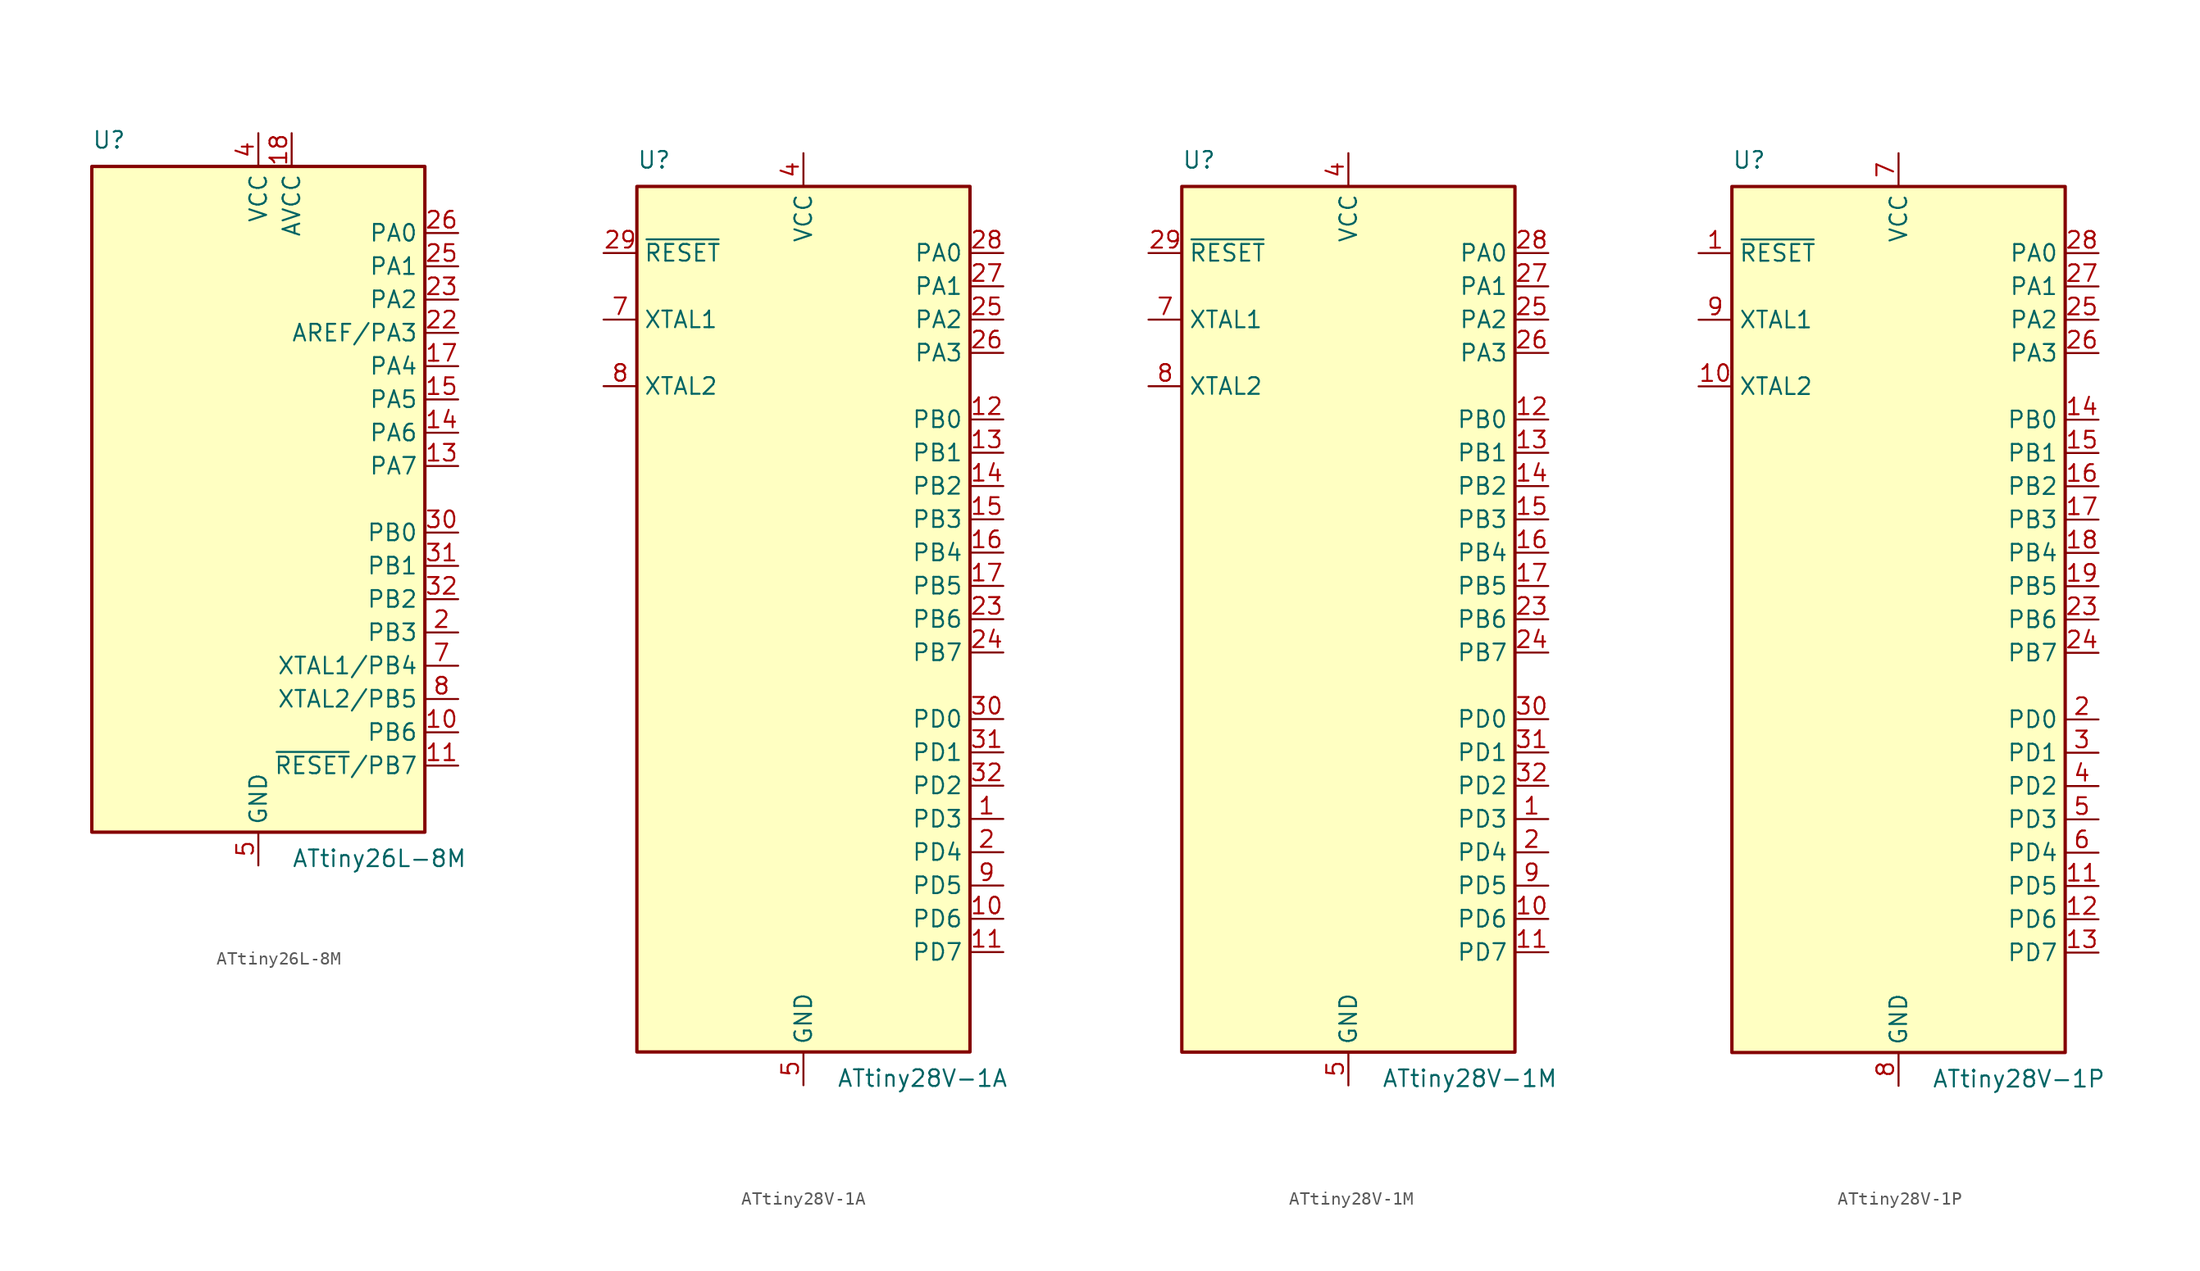
<source format=kicad_sym>
(kicad_symbol_lib
  (version 20200908)
  (generator kicad_symbol_editor)
  (symbol "MCU_Microchip_ATtiny:ATtiny26L-8M"
    (property "Reference" "U"
      (at -12.7 26.67 0)
      (effects (font (size 1.27 1.27)) (justify left bottom)))
    (property "Value" "ATtiny26L-8M"
      (at 2.54 -26.67 0)
      (effects (font (size 1.27 1.27)) (justify left top)))
    (symbol "ATtiny26L-8M_0_1"
      (rectangle (start -12.7 -25.4) (end 12.7 25.4) (stroke (width 0.254)) (fill (type background))))
    (symbol "ATtiny26L-8M_1_1"
      (pin unconnected line (at -12.7 5.08 0) (length 2.54) hide (name "NC" (effects (font (size 1.27 1.27)))) (number "1" (effects (font (size 1.27 1.27)))))
      (pin bidirectional line (at 15.24 -17.78 180) (length 2.54) (name "PB6" (effects (font (size 1.27 1.27)))) (number "10" (effects (font (size 1.27 1.27)))))
      (pin bidirectional line (at 15.24 -20.32 180) (length 2.54) (name "~RESET~/PB7" (effects (font (size 1.27 1.27)))) (number "11" (effects (font (size 1.27 1.27)))))
      (pin unconnected line (at -12.7 -5.08 0) (length 2.54) hide (name "NC" (effects (font (size 1.27 1.27)))) (number "12" (effects (font (size 1.27 1.27)))))
      (pin bidirectional line (at 15.24 2.54 180) (length 2.54) (name "PA7" (effects (font (size 1.27 1.27)))) (number "13" (effects (font (size 1.27 1.27)))))
      (pin bidirectional line (at 15.24 5.08 180) (length 2.54) (name "PA6" (effects (font (size 1.27 1.27)))) (number "14" (effects (font (size 1.27 1.27)))))
      (pin bidirectional line (at 15.24 7.62 180) (length 2.54) (name "PA5" (effects (font (size 1.27 1.27)))) (number "15" (effects (font (size 1.27 1.27)))))
      (pin unconnected line (at -12.7 -7.62 0) (length 2.54) hide (name "NC" (effects (font (size 1.27 1.27)))) (number "16" (effects (font (size 1.27 1.27)))))
      (pin bidirectional line (at 15.24 10.16 180) (length 2.54) (name "PA4" (effects (font (size 1.27 1.27)))) (number "17" (effects (font (size 1.27 1.27)))))
      (pin power_in line (at 2.54 27.94 270) (length 2.54) (name "AVCC" (effects (font (size 1.27 1.27)))) (number "18" (effects (font (size 1.27 1.27)))))
      (pin unconnected line (at -12.7 -10.16 0) (length 2.54) hide (name "NC" (effects (font (size 1.27 1.27)))) (number "19" (effects (font (size 1.27 1.27)))))
      (pin bidirectional line (at 15.24 -10.16 180) (length 2.54) (name "PB3" (effects (font (size 1.27 1.27)))) (number "2" (effects (font (size 1.27 1.27)))))
      (pin unconnected line (at -12.7 -12.7 0) (length 2.54) hide (name "NC" (effects (font (size 1.27 1.27)))) (number "20" (effects (font (size 1.27 1.27)))))
      (pin passive line (at 0 -27.94 90) (length 2.54) hide (name "GND" (effects (font (size 1.27 1.27)))) (number "21" (effects (font (size 1.27 1.27)))))
      (pin bidirectional line (at 15.24 12.7 180) (length 2.54) (name "AREF/PA3" (effects (font (size 1.27 1.27)))) (number "22" (effects (font (size 1.27 1.27)))))
      (pin bidirectional line (at 15.24 15.24 180) (length 2.54) (name "PA2" (effects (font (size 1.27 1.27)))) (number "23" (effects (font (size 1.27 1.27)))))
      (pin unconnected line (at -12.7 -15.24 0) (length 2.54) hide (name "NC" (effects (font (size 1.27 1.27)))) (number "24" (effects (font (size 1.27 1.27)))))
      (pin bidirectional line (at 15.24 17.78 180) (length 2.54) (name "PA1" (effects (font (size 1.27 1.27)))) (number "25" (effects (font (size 1.27 1.27)))))
      (pin bidirectional line (at 15.24 20.32 180) (length 2.54) (name "PA0" (effects (font (size 1.27 1.27)))) (number "26" (effects (font (size 1.27 1.27)))))
      (pin unconnected line (at -12.7 -17.78 0) (length 2.54) hide (name "NC" (effects (font (size 1.27 1.27)))) (number "27" (effects (font (size 1.27 1.27)))))
      (pin unconnected line (at -12.7 -20.32 0) (length 2.54) hide (name "NC" (effects (font (size 1.27 1.27)))) (number "28" (effects (font (size 1.27 1.27)))))
      (pin unconnected line (at -12.7 -22.86 0) (length 2.54) hide (name "NC" (effects (font (size 1.27 1.27)))) (number "29" (effects (font (size 1.27 1.27)))))
      (pin unconnected line (at -12.7 2.54 0) (length 2.54) hide (name "NC" (effects (font (size 1.27 1.27)))) (number "3" (effects (font (size 1.27 1.27)))))
      (pin bidirectional line (at 15.24 -2.54 180) (length 2.54) (name "PB0" (effects (font (size 1.27 1.27)))) (number "30" (effects (font (size 1.27 1.27)))))
      (pin bidirectional line (at 15.24 -5.08 180) (length 2.54) (name "PB1" (effects (font (size 1.27 1.27)))) (number "31" (effects (font (size 1.27 1.27)))))
      (pin bidirectional line (at 15.24 -7.62 180) (length 2.54) (name "PB2" (effects (font (size 1.27 1.27)))) (number "32" (effects (font (size 1.27 1.27)))))
      (pin passive line (at 0 -27.94 90) (length 2.54) hide (name "GND" (effects (font (size 1.27 1.27)))) (number "33" (effects (font (size 1.27 1.27)))))
      (pin power_in line (at 0 27.94 270) (length 2.54) (name "VCC" (effects (font (size 1.27 1.27)))) (number "4" (effects (font (size 1.27 1.27)))))
      (pin power_in line (at 0 -27.94 90) (length 2.54) (name "GND" (effects (font (size 1.27 1.27)))) (number "5" (effects (font (size 1.27 1.27)))))
      (pin unconnected line (at -12.7 0 0) (length 2.54) hide (name "NC" (effects (font (size 1.27 1.27)))) (number "6" (effects (font (size 1.27 1.27)))))
      (pin bidirectional line (at 15.24 -12.7 180) (length 2.54) (name "XTAL1/PB4" (effects (font (size 1.27 1.27)))) (number "7" (effects (font (size 1.27 1.27)))))
      (pin bidirectional line (at 15.24 -15.24 180) (length 2.54) (name "XTAL2/PB5" (effects (font (size 1.27 1.27)))) (number "8" (effects (font (size 1.27 1.27)))))
      (pin unconnected line (at -12.7 -2.54 0) (length 2.54) hide (name "NC" (effects (font (size 1.27 1.27)))) (number "9" (effects (font (size 1.27 1.27)))))))
  (symbol "MCU_Microchip_ATtiny:ATtiny28V-1A"
    (property "Reference" "U"
      (at -12.7 34.29 0)
      (effects (font (size 1.27 1.27)) (justify left bottom)))
    (property "Value" "ATtiny28V-1A"
      (at 2.54 -34.29 0)
      (effects (font (size 1.27 1.27)) (justify left top)))
    (symbol "ATtiny28V-1A_0_1"
      (rectangle (start -12.7 -33.02) (end 12.7 33.02) (stroke (width 0.254)) (fill (type background))))
    (symbol "ATtiny28V-1A_1_1"
      (pin bidirectional line (at 15.24 -15.24 180) (length 2.54) (name "PD3" (effects (font (size 1.27 1.27)))) (number "1" (effects (font (size 1.27 1.27)))))
      (pin bidirectional line (at 15.24 -22.86 180) (length 2.54) (name "PD6" (effects (font (size 1.27 1.27)))) (number "10" (effects (font (size 1.27 1.27)))))
      (pin bidirectional line (at 15.24 -25.4 180) (length 2.54) (name "PD7" (effects (font (size 1.27 1.27)))) (number "11" (effects (font (size 1.27 1.27)))))
      (pin bidirectional line (at 15.24 15.24 180) (length 2.54) (name "PB0" (effects (font (size 1.27 1.27)))) (number "12" (effects (font (size 1.27 1.27)))))
      (pin bidirectional line (at 15.24 12.7 180) (length 2.54) (name "PB1" (effects (font (size 1.27 1.27)))) (number "13" (effects (font (size 1.27 1.27)))))
      (pin bidirectional line (at 15.24 10.16 180) (length 2.54) (name "PB2" (effects (font (size 1.27 1.27)))) (number "14" (effects (font (size 1.27 1.27)))))
      (pin bidirectional line (at 15.24 7.62 180) (length 2.54) (name "PB3" (effects (font (size 1.27 1.27)))) (number "15" (effects (font (size 1.27 1.27)))))
      (pin bidirectional line (at 15.24 5.08 180) (length 2.54) (name "PB4" (effects (font (size 1.27 1.27)))) (number "16" (effects (font (size 1.27 1.27)))))
      (pin bidirectional line (at 15.24 2.54 180) (length 2.54) (name "PB5" (effects (font (size 1.27 1.27)))) (number "17" (effects (font (size 1.27 1.27)))))
      (pin passive line (at 0 35.56 270) (length 2.54) hide (name "VCC" (effects (font (size 1.27 1.27)))) (number "18" (effects (font (size 1.27 1.27)))))
      (pin unconnected line (at -12.7 -25.4 0) (length 2.54) hide (name "NC" (effects (font (size 1.27 1.27)))) (number "19" (effects (font (size 1.27 1.27)))))
      (pin bidirectional line (at 15.24 -17.78 180) (length 2.54) (name "PD4" (effects (font (size 1.27 1.27)))) (number "2" (effects (font (size 1.27 1.27)))))
      (pin unconnected line (at -12.7 -27.94 0) (length 2.54) hide (name "NC" (effects (font (size 1.27 1.27)))) (number "20" (effects (font (size 1.27 1.27)))))
      (pin passive line (at 0 -35.56 90) (length 2.54) hide (name "GND" (effects (font (size 1.27 1.27)))) (number "21" (effects (font (size 1.27 1.27)))))
      (pin unconnected line (at -12.7 -30.48 0) (length 2.54) hide (name "NC" (effects (font (size 1.27 1.27)))) (number "22" (effects (font (size 1.27 1.27)))))
      (pin bidirectional line (at 15.24 0 180) (length 2.54) (name "PB6" (effects (font (size 1.27 1.27)))) (number "23" (effects (font (size 1.27 1.27)))))
      (pin bidirectional line (at 15.24 -2.54 180) (length 2.54) (name "PB7" (effects (font (size 1.27 1.27)))) (number "24" (effects (font (size 1.27 1.27)))))
      (pin bidirectional line (at 15.24 22.86 180) (length 2.54) (name "PA2" (effects (font (size 1.27 1.27)))) (number "25" (effects (font (size 1.27 1.27)))))
      (pin bidirectional line (at 15.24 20.32 180) (length 2.54) (name "PA3" (effects (font (size 1.27 1.27)))) (number "26" (effects (font (size 1.27 1.27)))))
      (pin bidirectional line (at 15.24 25.4 180) (length 2.54) (name "PA1" (effects (font (size 1.27 1.27)))) (number "27" (effects (font (size 1.27 1.27)))))
      (pin bidirectional line (at 15.24 27.94 180) (length 2.54) (name "PA0" (effects (font (size 1.27 1.27)))) (number "28" (effects (font (size 1.27 1.27)))))
      (pin input line (at -15.24 27.94 0) (length 2.54) (name "~RESET" (effects (font (size 1.27 1.27)))) (number "29" (effects (font (size 1.27 1.27)))))
      (pin unconnected line (at -12.7 -20.32 0) (length 2.54) hide (name "NC" (effects (font (size 1.27 1.27)))) (number "3" (effects (font (size 1.27 1.27)))))
      (pin bidirectional line (at 15.24 -7.62 180) (length 2.54) (name "PD0" (effects (font (size 1.27 1.27)))) (number "30" (effects (font (size 1.27 1.27)))))
      (pin bidirectional line (at 15.24 -10.16 180) (length 2.54) (name "PD1" (effects (font (size 1.27 1.27)))) (number "31" (effects (font (size 1.27 1.27)))))
      (pin bidirectional line (at 15.24 -12.7 180) (length 2.54) (name "PD2" (effects (font (size 1.27 1.27)))) (number "32" (effects (font (size 1.27 1.27)))))
      (pin power_in line (at 0 35.56 270) (length 2.54) (name "VCC" (effects (font (size 1.27 1.27)))) (number "4" (effects (font (size 1.27 1.27)))))
      (pin power_in line (at 0 -35.56 90) (length 2.54) (name "GND" (effects (font (size 1.27 1.27)))) (number "5" (effects (font (size 1.27 1.27)))))
      (pin unconnected line (at -12.7 -22.86 0) (length 2.54) hide (name "NC" (effects (font (size 1.27 1.27)))) (number "6" (effects (font (size 1.27 1.27)))))
      (pin input line (at -15.24 22.86 0) (length 2.54) (name "XTAL1" (effects (font (size 1.27 1.27)))) (number "7" (effects (font (size 1.27 1.27)))))
      (pin output line (at -15.24 17.78 0) (length 2.54) (name "XTAL2" (effects (font (size 1.27 1.27)))) (number "8" (effects (font (size 1.27 1.27)))))
      (pin bidirectional line (at 15.24 -20.32 180) (length 2.54) (name "PD5" (effects (font (size 1.27 1.27)))) (number "9" (effects (font (size 1.27 1.27)))))))
  (symbol "MCU_Microchip_ATtiny:ATtiny28V-1M"
    (property "Reference" "U"
      (at -12.7 34.29 0)
      (effects (font (size 1.27 1.27)) (justify left bottom)))
    (property "Value" "ATtiny28V-1M"
      (at 2.54 -34.29 0)
      (effects (font (size 1.27 1.27)) (justify left top)))
    (symbol "ATtiny28V-1M_0_1"
      (rectangle (start -12.7 -33.02) (end 12.7 33.02) (stroke (width 0.254)) (fill (type background))))
    (symbol "ATtiny28V-1M_1_1"
      (pin bidirectional line (at 15.24 -15.24 180) (length 2.54) (name "PD3" (effects (font (size 1.27 1.27)))) (number "1" (effects (font (size 1.27 1.27)))))
      (pin bidirectional line (at 15.24 -22.86 180) (length 2.54) (name "PD6" (effects (font (size 1.27 1.27)))) (number "10" (effects (font (size 1.27 1.27)))))
      (pin bidirectional line (at 15.24 -25.4 180) (length 2.54) (name "PD7" (effects (font (size 1.27 1.27)))) (number "11" (effects (font (size 1.27 1.27)))))
      (pin bidirectional line (at 15.24 15.24 180) (length 2.54) (name "PB0" (effects (font (size 1.27 1.27)))) (number "12" (effects (font (size 1.27 1.27)))))
      (pin bidirectional line (at 15.24 12.7 180) (length 2.54) (name "PB1" (effects (font (size 1.27 1.27)))) (number "13" (effects (font (size 1.27 1.27)))))
      (pin bidirectional line (at 15.24 10.16 180) (length 2.54) (name "PB2" (effects (font (size 1.27 1.27)))) (number "14" (effects (font (size 1.27 1.27)))))
      (pin bidirectional line (at 15.24 7.62 180) (length 2.54) (name "PB3" (effects (font (size 1.27 1.27)))) (number "15" (effects (font (size 1.27 1.27)))))
      (pin bidirectional line (at 15.24 5.08 180) (length 2.54) (name "PB4" (effects (font (size 1.27 1.27)))) (number "16" (effects (font (size 1.27 1.27)))))
      (pin bidirectional line (at 15.24 2.54 180) (length 2.54) (name "PB5" (effects (font (size 1.27 1.27)))) (number "17" (effects (font (size 1.27 1.27)))))
      (pin passive line (at 0 35.56 270) (length 2.54) hide (name "VCC" (effects (font (size 1.27 1.27)))) (number "18" (effects (font (size 1.27 1.27)))))
      (pin unconnected line (at -12.7 -25.4 0) (length 2.54) hide (name "NC" (effects (font (size 1.27 1.27)))) (number "19" (effects (font (size 1.27 1.27)))))
      (pin bidirectional line (at 15.24 -17.78 180) (length 2.54) (name "PD4" (effects (font (size 1.27 1.27)))) (number "2" (effects (font (size 1.27 1.27)))))
      (pin unconnected line (at -12.7 -27.94 0) (length 2.54) hide (name "NC" (effects (font (size 1.27 1.27)))) (number "20" (effects (font (size 1.27 1.27)))))
      (pin passive line (at 0 -35.56 90) (length 2.54) hide (name "GND" (effects (font (size 1.27 1.27)))) (number "21" (effects (font (size 1.27 1.27)))))
      (pin unconnected line (at -12.7 -30.48 0) (length 2.54) hide (name "NC" (effects (font (size 1.27 1.27)))) (number "22" (effects (font (size 1.27 1.27)))))
      (pin bidirectional line (at 15.24 0 180) (length 2.54) (name "PB6" (effects (font (size 1.27 1.27)))) (number "23" (effects (font (size 1.27 1.27)))))
      (pin bidirectional line (at 15.24 -2.54 180) (length 2.54) (name "PB7" (effects (font (size 1.27 1.27)))) (number "24" (effects (font (size 1.27 1.27)))))
      (pin bidirectional line (at 15.24 22.86 180) (length 2.54) (name "PA2" (effects (font (size 1.27 1.27)))) (number "25" (effects (font (size 1.27 1.27)))))
      (pin bidirectional line (at 15.24 20.32 180) (length 2.54) (name "PA3" (effects (font (size 1.27 1.27)))) (number "26" (effects (font (size 1.27 1.27)))))
      (pin bidirectional line (at 15.24 25.4 180) (length 2.54) (name "PA1" (effects (font (size 1.27 1.27)))) (number "27" (effects (font (size 1.27 1.27)))))
      (pin bidirectional line (at 15.24 27.94 180) (length 2.54) (name "PA0" (effects (font (size 1.27 1.27)))) (number "28" (effects (font (size 1.27 1.27)))))
      (pin input line (at -15.24 27.94 0) (length 2.54) (name "~RESET" (effects (font (size 1.27 1.27)))) (number "29" (effects (font (size 1.27 1.27)))))
      (pin unconnected line (at -12.7 -20.32 0) (length 2.54) hide (name "NC" (effects (font (size 1.27 1.27)))) (number "3" (effects (font (size 1.27 1.27)))))
      (pin bidirectional line (at 15.24 -7.62 180) (length 2.54) (name "PD0" (effects (font (size 1.27 1.27)))) (number "30" (effects (font (size 1.27 1.27)))))
      (pin bidirectional line (at 15.24 -10.16 180) (length 2.54) (name "PD1" (effects (font (size 1.27 1.27)))) (number "31" (effects (font (size 1.27 1.27)))))
      (pin bidirectional line (at 15.24 -12.7 180) (length 2.54) (name "PD2" (effects (font (size 1.27 1.27)))) (number "32" (effects (font (size 1.27 1.27)))))
      (pin passive line (at 0 -35.56 90) (length 2.54) hide (name "GND" (effects (font (size 1.27 1.27)))) (number "33" (effects (font (size 1.27 1.27)))))
      (pin power_in line (at 0 35.56 270) (length 2.54) (name "VCC" (effects (font (size 1.27 1.27)))) (number "4" (effects (font (size 1.27 1.27)))))
      (pin power_in line (at 0 -35.56 90) (length 2.54) (name "GND" (effects (font (size 1.27 1.27)))) (number "5" (effects (font (size 1.27 1.27)))))
      (pin unconnected line (at -12.7 -22.86 0) (length 2.54) hide (name "NC" (effects (font (size 1.27 1.27)))) (number "6" (effects (font (size 1.27 1.27)))))
      (pin input line (at -15.24 22.86 0) (length 2.54) (name "XTAL1" (effects (font (size 1.27 1.27)))) (number "7" (effects (font (size 1.27 1.27)))))
      (pin output line (at -15.24 17.78 0) (length 2.54) (name "XTAL2" (effects (font (size 1.27 1.27)))) (number "8" (effects (font (size 1.27 1.27)))))
      (pin bidirectional line (at 15.24 -20.32 180) (length 2.54) (name "PD5" (effects (font (size 1.27 1.27)))) (number "9" (effects (font (size 1.27 1.27)))))))
  (symbol "MCU_Microchip_ATtiny:ATtiny28V-1P"
    (property "Reference" "U"
      (at -12.7 34.29 0)
      (effects (font (size 1.27 1.27)) (justify left bottom)))
    (property "Value" "ATtiny28V-1P"
      (at 2.54 -34.29 0)
      (effects (font (size 1.27 1.27)) (justify left top)))
    (symbol "ATtiny28V-1P_0_1"
      (rectangle (start -12.7 -33.02) (end 12.7 33.02) (stroke (width 0.254)) (fill (type background))))
    (symbol "ATtiny28V-1P_1_1"
      (pin input line (at -15.24 27.94 0) (length 2.54) (name "~RESET" (effects (font (size 1.27 1.27)))) (number "1" (effects (font (size 1.27 1.27)))))
      (pin output line (at -15.24 17.78 0) (length 2.54) (name "XTAL2" (effects (font (size 1.27 1.27)))) (number "10" (effects (font (size 1.27 1.27)))))
      (pin bidirectional line (at 15.24 -20.32 180) (length 2.54) (name "PD5" (effects (font (size 1.27 1.27)))) (number "11" (effects (font (size 1.27 1.27)))))
      (pin bidirectional line (at 15.24 -22.86 180) (length 2.54) (name "PD6" (effects (font (size 1.27 1.27)))) (number "12" (effects (font (size 1.27 1.27)))))
      (pin bidirectional line (at 15.24 -25.4 180) (length 2.54) (name "PD7" (effects (font (size 1.27 1.27)))) (number "13" (effects (font (size 1.27 1.27)))))
      (pin bidirectional line (at 15.24 15.24 180) (length 2.54) (name "PB0" (effects (font (size 1.27 1.27)))) (number "14" (effects (font (size 1.27 1.27)))))
      (pin bidirectional line (at 15.24 12.7 180) (length 2.54) (name "PB1" (effects (font (size 1.27 1.27)))) (number "15" (effects (font (size 1.27 1.27)))))
      (pin bidirectional line (at 15.24 10.16 180) (length 2.54) (name "PB2" (effects (font (size 1.27 1.27)))) (number "16" (effects (font (size 1.27 1.27)))))
      (pin bidirectional line (at 15.24 7.62 180) (length 2.54) (name "PB3" (effects (font (size 1.27 1.27)))) (number "17" (effects (font (size 1.27 1.27)))))
      (pin bidirectional line (at 15.24 5.08 180) (length 2.54) (name "PB4" (effects (font (size 1.27 1.27)))) (number "18" (effects (font (size 1.27 1.27)))))
      (pin bidirectional line (at 15.24 2.54 180) (length 2.54) (name "PB5" (effects (font (size 1.27 1.27)))) (number "19" (effects (font (size 1.27 1.27)))))
      (pin bidirectional line (at 15.24 -7.62 180) (length 2.54) (name "PD0" (effects (font (size 1.27 1.27)))) (number "2" (effects (font (size 1.27 1.27)))))
      (pin passive line (at 0 35.56 270) (length 2.54) hide (name "VCC" (effects (font (size 1.27 1.27)))) (number "20" (effects (font (size 1.27 1.27)))))
      (pin unconnected line (at -12.7 -30.48 0) (length 2.54) hide (name "NC" (effects (font (size 1.27 1.27)))) (number "21" (effects (font (size 1.27 1.27)))))
      (pin passive line (at 0 -35.56 90) (length 2.54) hide (name "GND" (effects (font (size 1.27 1.27)))) (number "22" (effects (font (size 1.27 1.27)))))
      (pin bidirectional line (at 15.24 0 180) (length 2.54) (name "PB6" (effects (font (size 1.27 1.27)))) (number "23" (effects (font (size 1.27 1.27)))))
      (pin bidirectional line (at 15.24 -2.54 180) (length 2.54) (name "PB7" (effects (font (size 1.27 1.27)))) (number "24" (effects (font (size 1.27 1.27)))))
      (pin bidirectional line (at 15.24 22.86 180) (length 2.54) (name "PA2" (effects (font (size 1.27 1.27)))) (number "25" (effects (font (size 1.27 1.27)))))
      (pin bidirectional line (at 15.24 20.32 180) (length 2.54) (name "PA3" (effects (font (size 1.27 1.27)))) (number "26" (effects (font (size 1.27 1.27)))))
      (pin bidirectional line (at 15.24 25.4 180) (length 2.54) (name "PA1" (effects (font (size 1.27 1.27)))) (number "27" (effects (font (size 1.27 1.27)))))
      (pin bidirectional line (at 15.24 27.94 180) (length 2.54) (name "PA0" (effects (font (size 1.27 1.27)))) (number "28" (effects (font (size 1.27 1.27)))))
      (pin bidirectional line (at 15.24 -10.16 180) (length 2.54) (name "PD1" (effects (font (size 1.27 1.27)))) (number "3" (effects (font (size 1.27 1.27)))))
      (pin bidirectional line (at 15.24 -12.7 180) (length 2.54) (name "PD2" (effects (font (size 1.27 1.27)))) (number "4" (effects (font (size 1.27 1.27)))))
      (pin bidirectional line (at 15.24 -15.24 180) (length 2.54) (name "PD3" (effects (font (size 1.27 1.27)))) (number "5" (effects (font (size 1.27 1.27)))))
      (pin bidirectional line (at 15.24 -17.78 180) (length 2.54) (name "PD4" (effects (font (size 1.27 1.27)))) (number "6" (effects (font (size 1.27 1.27)))))
      (pin power_in line (at 0 35.56 270) (length 2.54) (name "VCC" (effects (font (size 1.27 1.27)))) (number "7" (effects (font (size 1.27 1.27)))))
      (pin power_in line (at 0 -35.56 90) (length 2.54) (name "GND" (effects (font (size 1.27 1.27)))) (number "8" (effects (font (size 1.27 1.27)))))
      (pin input line (at -15.24 22.86 0) (length 2.54) (name "XTAL1" (effects (font (size 1.27 1.27)))) (number "9" (effects (font (size 1.27 1.27))))))))
</source>
